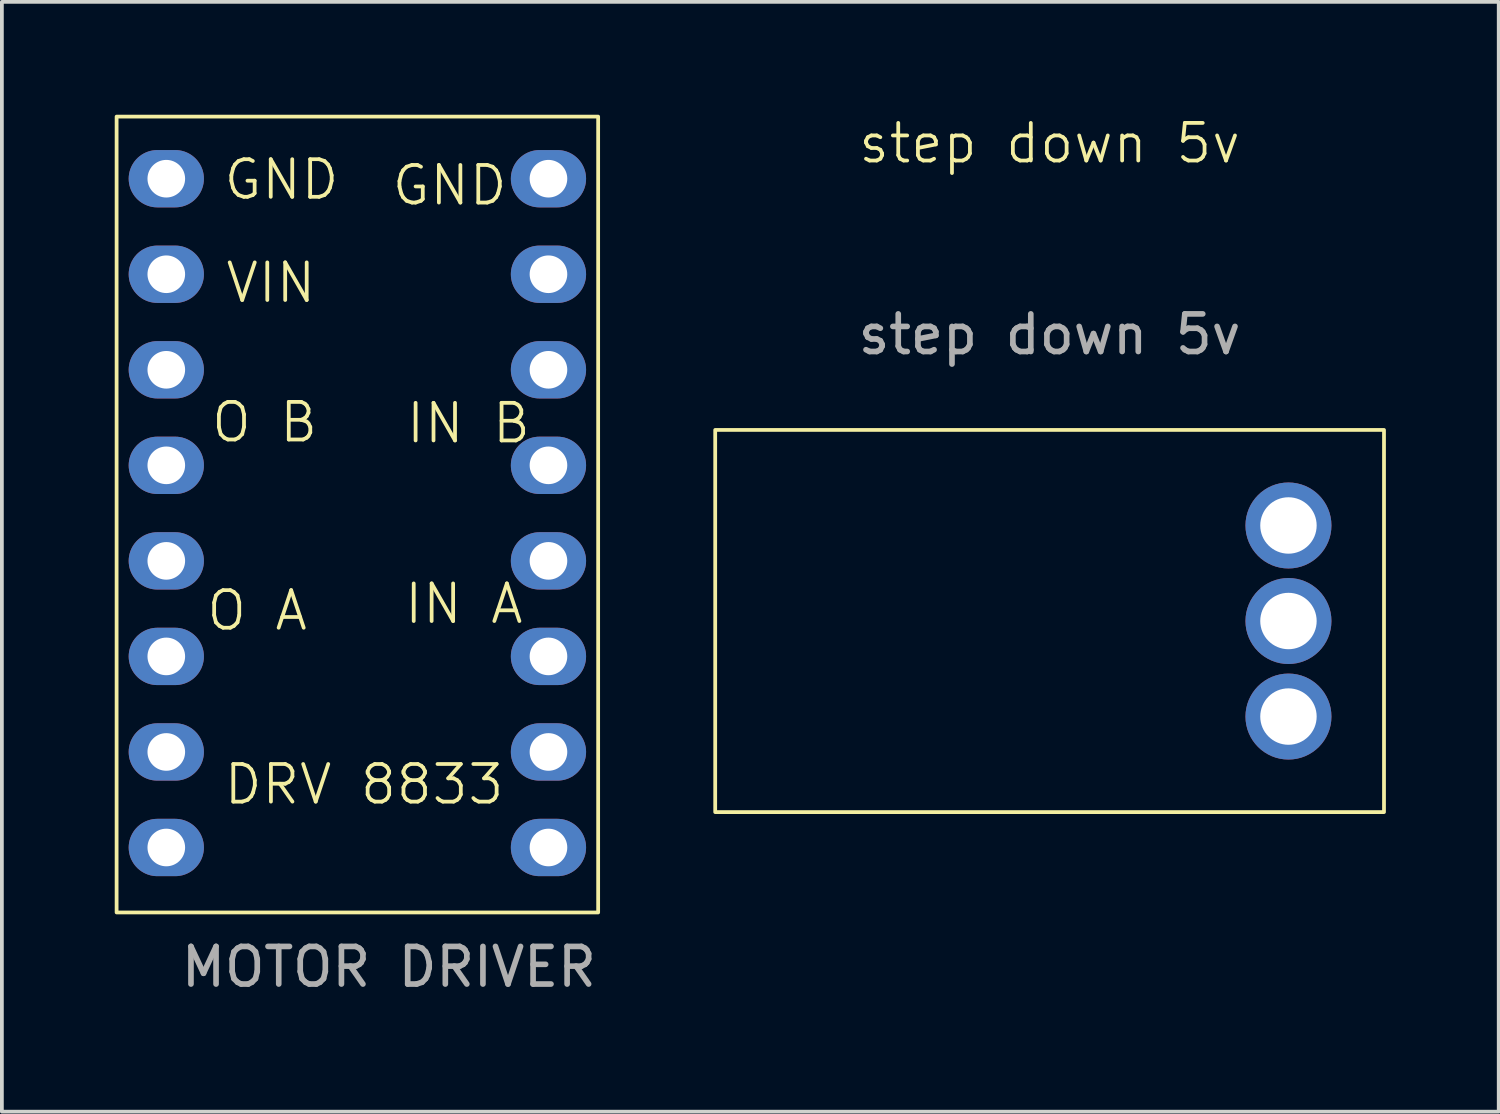
<source format=kicad_pcb>
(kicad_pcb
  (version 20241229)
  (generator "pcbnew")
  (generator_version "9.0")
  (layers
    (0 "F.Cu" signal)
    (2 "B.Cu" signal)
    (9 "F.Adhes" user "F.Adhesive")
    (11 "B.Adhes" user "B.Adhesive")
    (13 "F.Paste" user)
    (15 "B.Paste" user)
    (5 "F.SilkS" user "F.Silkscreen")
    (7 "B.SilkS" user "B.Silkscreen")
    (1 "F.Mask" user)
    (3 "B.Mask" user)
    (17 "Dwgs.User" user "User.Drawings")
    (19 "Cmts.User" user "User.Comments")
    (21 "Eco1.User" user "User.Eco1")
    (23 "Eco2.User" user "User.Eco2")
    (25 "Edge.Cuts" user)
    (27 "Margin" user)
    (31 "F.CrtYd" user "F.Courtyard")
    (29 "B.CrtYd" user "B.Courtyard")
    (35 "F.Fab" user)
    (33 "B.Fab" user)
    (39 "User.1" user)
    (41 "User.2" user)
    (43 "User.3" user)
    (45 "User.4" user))
  (footprint "step down 5v"
    (layer "F.Cu")
    (at 24.854 8.38)
    (property "Reference" "step down 5v" (at 0 -7.62 0) (unlocked yes) (layer "F.SilkS") (effects (font (size 1 1) (thickness 0.1))))
    (attr smd)
    (fp_rect (start 8.89 0) (end -8.89 10.16) (stroke (width 0.1) (type default)) (fill no) (layer "F.SilkS"))
    (fp_text user "${REFERENCE}" (at 0 -2.54 0) (unlocked yes) (layer "F.Fab") (effects (font (size 1 1) (thickness 0.15))))
    (pad "1" thru_hole circle (at 6.35 7.62) (size 2.286 2.286) (drill 1.5) (layers "*.Cu" "*.Mask"))
    (pad "2" thru_hole circle (at 6.35 5.08) (size 2.286 2.286) (drill 1.5) (layers "*.Cu" "*.Mask"))
    (pad "3" thru_hole circle (at 6.35 2.54) (size 2.286 2.286) (drill 1.5) (layers "*.Cu" "*.Mask")))
  (footprint "DRV 8833"
    (layer "F.Cu")
    (at 7.162 21.157)
    (property "Reference" "DRV 8833" (at -0.533 -3.353 0) (unlocked yes) (layer "F.SilkS") (effects (font (size 1 1) (thickness 0.1))))
    (attr through_hole)
    (fp_rect (start -7.112 -21.107) (end 5.69 0.051) (stroke (width 0.1) (type default)) (fill no) (layer "F.SilkS"))
    (fp_text user "GND" (at -4.318 -18.847 0) (unlocked yes) (layer "F.SilkS") (effects (font (size 1 1) (thickness 0.1)) (justify left bottom)))
    (fp_text user "IN B" (at 0.533 -12.37 0) (unlocked yes) (layer "F.SilkS") (effects (font (size 1 1) (thickness 0.1)) (justify left bottom)))
    (fp_text user "O B" (at -4.648 -12.395 0) (unlocked yes) (layer "F.SilkS") (effects (font (size 1 1) (thickness 0.1)) (justify left bottom)))
    (fp_text user "VIN" (at -4.267 -16.104 0) (unlocked yes) (layer "F.SilkS") (effects (font (size 1 1) (thickness 0.1)) (justify left bottom)))
    (fp_text user "O A" (at -4.775 -7.391 0) (unlocked yes) (layer "F.SilkS") (effects (font (size 1 1) (thickness 0.1)) (justify left bottom)))
    (fp_text user "GND" (at 0.152 -18.694 0) (unlocked yes) (layer "F.SilkS") (effects (font (size 1 1) (thickness 0.1)) (justify left bottom)))
    (fp_text user "IN A" (at 0.483 -7.569 0) (unlocked yes) (layer "F.SilkS") (effects (font (size 1 1) (thickness 0.1)) (justify left bottom)))
    (fp_text user "MOTOR DRIVER" (at 0.127 1.499 0) (unlocked yes) (layer "F.Fab") (effects (font (size 1 1) (thickness 0.15))))
    (pad "1" thru_hole oval (at -5.791 -19.456) (size 2 1.524) (drill 1) (layers "*.Cu" "*.Mask"))
    (pad "2" thru_hole oval (at -5.791 -16.916) (size 2 1.524) (drill 1) (layers "*.Cu" "*.Mask"))
    (pad "3" thru_hole oval (at -5.791 -14.376) (size 2 1.524) (drill 1) (layers "*.Cu" "*.Mask"))
    (pad "4" thru_hole oval (at -5.791 -11.836) (size 2 1.524) (drill 1) (layers "*.Cu" "*.Mask"))
    (pad "5" thru_hole oval (at -5.791 -9.296) (size 2 1.524) (drill 1) (layers "*.Cu" "*.Mask"))
    (pad "6" thru_hole oval (at -5.791 -6.756) (size 2 1.524) (drill 1) (layers "*.Cu" "*.Mask"))
    (pad "7" thru_hole oval (at -5.791 -4.216) (size 2 1.524) (drill 1) (layers "*.Cu" "*.Mask"))
    (pad "8" thru_hole oval (at -5.791 -1.676) (size 2 1.524) (drill 1) (layers "*.Cu" "*.Mask"))
    (pad "9" thru_hole oval (at 4.369 -19.456) (size 2 1.524) (drill 1) (layers "*.Cu" "*.Mask"))
    (pad "10" thru_hole oval (at 4.369 -16.916) (size 2 1.524) (drill 1) (layers "*.Cu" "*.Mask"))
    (pad "11" thru_hole oval (at 4.369 -14.376) (size 2 1.524) (drill 1) (layers "*.Cu" "*.Mask"))
    (pad "12" thru_hole oval (at 4.369 -11.836) (size 2 1.524) (drill 1) (layers "*.Cu" "*.Mask"))
    (pad "13" thru_hole oval (at 4.369 -9.296) (size 2 1.524) (drill 1) (layers "*.Cu" "*.Mask"))
    (pad "14" thru_hole oval (at 4.369 -6.756) (size 2 1.524) (drill 1) (layers "*.Cu" "*.Mask"))
    (pad "15" thru_hole oval (at 4.369 -4.216) (size 2 1.524) (drill 1) (layers "*.Cu" "*.Mask"))
    (pad "16" thru_hole oval (at 4.369 -1.676) (size 2 1.524) (drill 1) (layers "*.Cu" "*.Mask")))
  (gr_rect
    (start -3 -3)
    (end 36.794 26.504)
    (stroke (width 0.1) (type default))
    (fill no)
    (layer "Edge.Cuts")))
</source>
